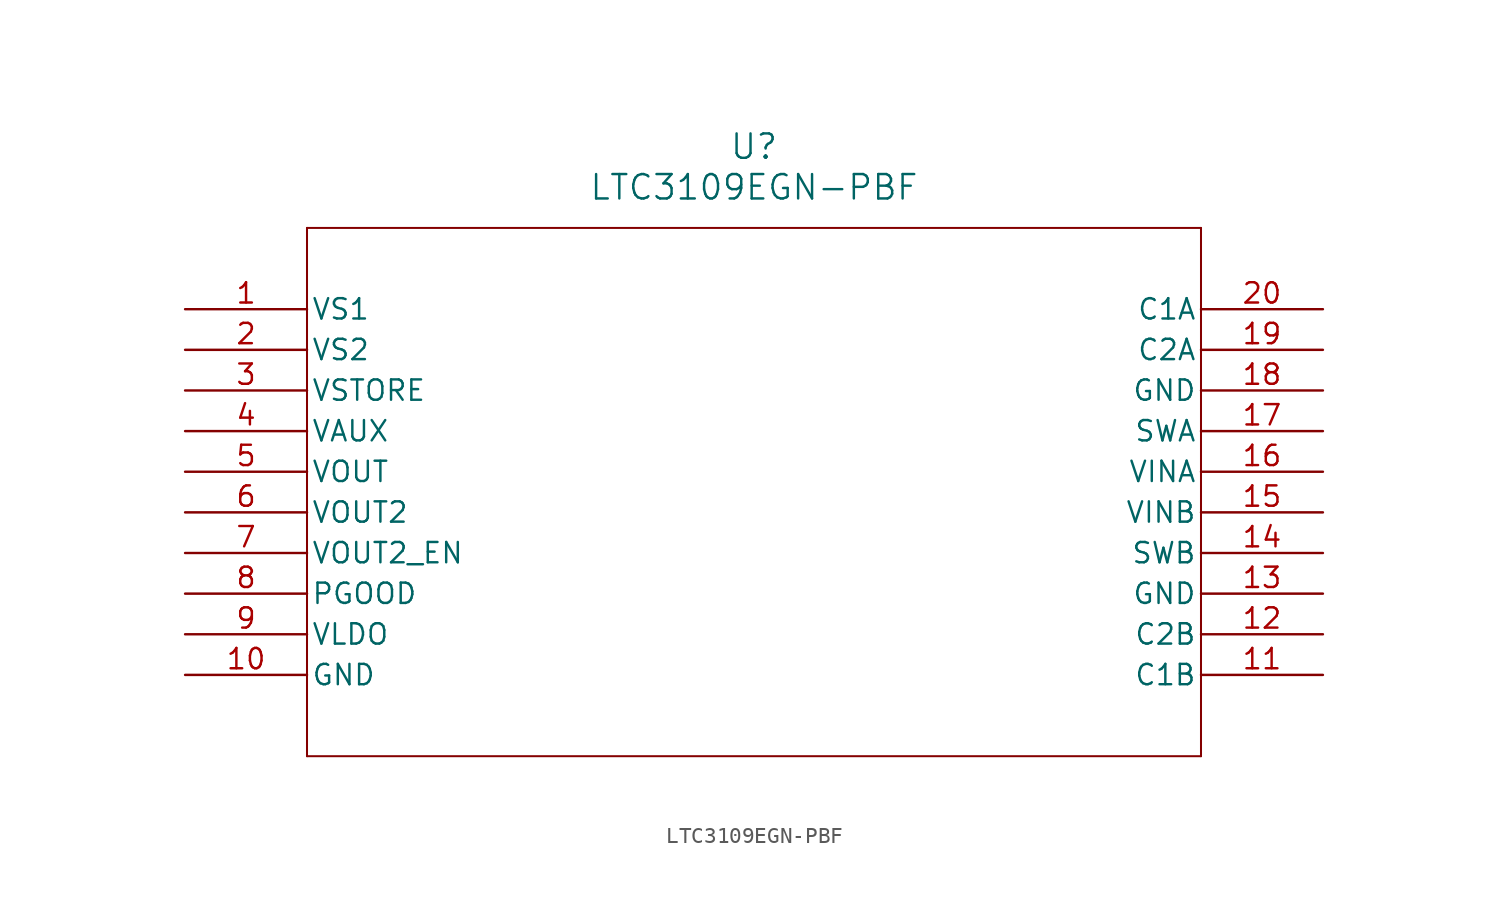
<source format=kicad_sym>
(kicad_symbol_lib
  (version 20211014)
  (generator kicad_symbol_editor)
  (symbol "LTC3109EGN-PBF"
    (pin_names
      (offset 0.254))
    (property "Reference" "U"
      (at 35.56 10.16 0)
      (effects (font (size 1.524 1.524))))
    (property "Value" "LTC3109EGN-PBF"
      (at 35.56 7.62 0)
      (effects (font (size 1.524 1.524))))
    (symbol "LTC3109EGN-PBF_0_1"
      (polyline (pts (xy 7.62 5.08) (xy 7.62 -27.94)) (stroke (width 0.127) (type default) (color 0 0 0 0)) (fill (type none)))
      (polyline (pts (xy 7.62 -27.94) (xy 63.5 -27.94)) (stroke (width 0.127) (type default) (color 0 0 0 0)) (fill (type none)))
      (polyline (pts (xy 63.5 -27.94) (xy 63.5 5.08)) (stroke (width 0.127) (type default) (color 0 0 0 0)) (fill (type none)))
      (polyline (pts (xy 63.5 5.08) (xy 7.62 5.08)) (stroke (width 0.127) (type default) (color 0 0 0 0)) (fill (type none)))
      (pin output line (at 0 0 0) (length 7.62) (name "VS1" (effects (font (size 1.27 1.27)))) (number "1" (effects (font (size 1.27 1.27)))))
      (pin output line (at 0 -2.54 0) (length 7.62) (name "VS2" (effects (font (size 1.27 1.27)))) (number "2" (effects (font (size 1.27 1.27)))))
      (pin output line (at 0 -5.08 0) (length 7.62) (name "VSTORE" (effects (font (size 1.27 1.27)))) (number "3" (effects (font (size 1.27 1.27)))))
      (pin output line (at 0 -7.62 0) (length 7.62) (name "VAUX" (effects (font (size 1.27 1.27)))) (number "4" (effects (font (size 1.27 1.27)))))
      (pin output line (at 0 -10.16 0) (length 7.62) (name "VOUT" (effects (font (size 1.27 1.27)))) (number "5" (effects (font (size 1.27 1.27)))))
      (pin output line (at 0 -12.7 0) (length 7.62) (name "VOUT2" (effects (font (size 1.27 1.27)))) (number "6" (effects (font (size 1.27 1.27)))))
      (pin output line (at 0 -15.24 0) (length 7.62) (name "VOUT2_EN" (effects (font (size 1.27 1.27)))) (number "7" (effects (font (size 1.27 1.27)))))
      (pin output line (at 0 -17.78 0) (length 7.62) (name "PGOOD" (effects (font (size 1.27 1.27)))) (number "8" (effects (font (size 1.27 1.27)))))
      (pin output line (at 0 -20.32 0) (length 7.62) (name "VLDO" (effects (font (size 1.27 1.27)))) (number "9" (effects (font (size 1.27 1.27)))))
      (pin power_in line (at 0 -22.86 0) (length 7.62) (name "GND" (effects (font (size 1.27 1.27)))) (number "10" (effects (font (size 1.27 1.27)))))
      (pin input line (at 71.12 -22.86 180) (length 7.62) (name "C1B" (effects (font (size 1.27 1.27)))) (number "11" (effects (font (size 1.27 1.27)))))
      (pin input line (at 71.12 -20.32 180) (length 7.62) (name "C2B" (effects (font (size 1.27 1.27)))) (number "12" (effects (font (size 1.27 1.27)))))
      (pin power_in line (at 71.12 -17.78 180) (length 7.62) (name "GND" (effects (font (size 1.27 1.27)))) (number "13" (effects (font (size 1.27 1.27)))))
      (pin unspecified line (at 71.12 -15.24 180) (length 7.62) (name "SWB" (effects (font (size 1.27 1.27)))) (number "14" (effects (font (size 1.27 1.27)))))
      (pin input line (at 71.12 -12.7 180) (length 7.62) (name "VINB" (effects (font (size 1.27 1.27)))) (number "15" (effects (font (size 1.27 1.27)))))
      (pin input line (at 71.12 -10.16 180) (length 7.62) (name "VINA" (effects (font (size 1.27 1.27)))) (number "16" (effects (font (size 1.27 1.27)))))
      (pin unspecified line (at 71.12 -7.62 180) (length 7.62) (name "SWA" (effects (font (size 1.27 1.27)))) (number "17" (effects (font (size 1.27 1.27)))))
      (pin power_in line (at 71.12 -5.08 180) (length 7.62) (name "GND" (effects (font (size 1.27 1.27)))) (number "18" (effects (font (size 1.27 1.27)))))
      (pin input line (at 71.12 -2.54 180) (length 7.62) (name "C2A" (effects (font (size 1.27 1.27)))) (number "19" (effects (font (size 1.27 1.27)))))
      (pin input line (at 71.12 0 180) (length 7.62) (name "C1A" (effects (font (size 1.27 1.27)))) (number "20" (effects (font (size 1.27 1.27))))))))
</source>
